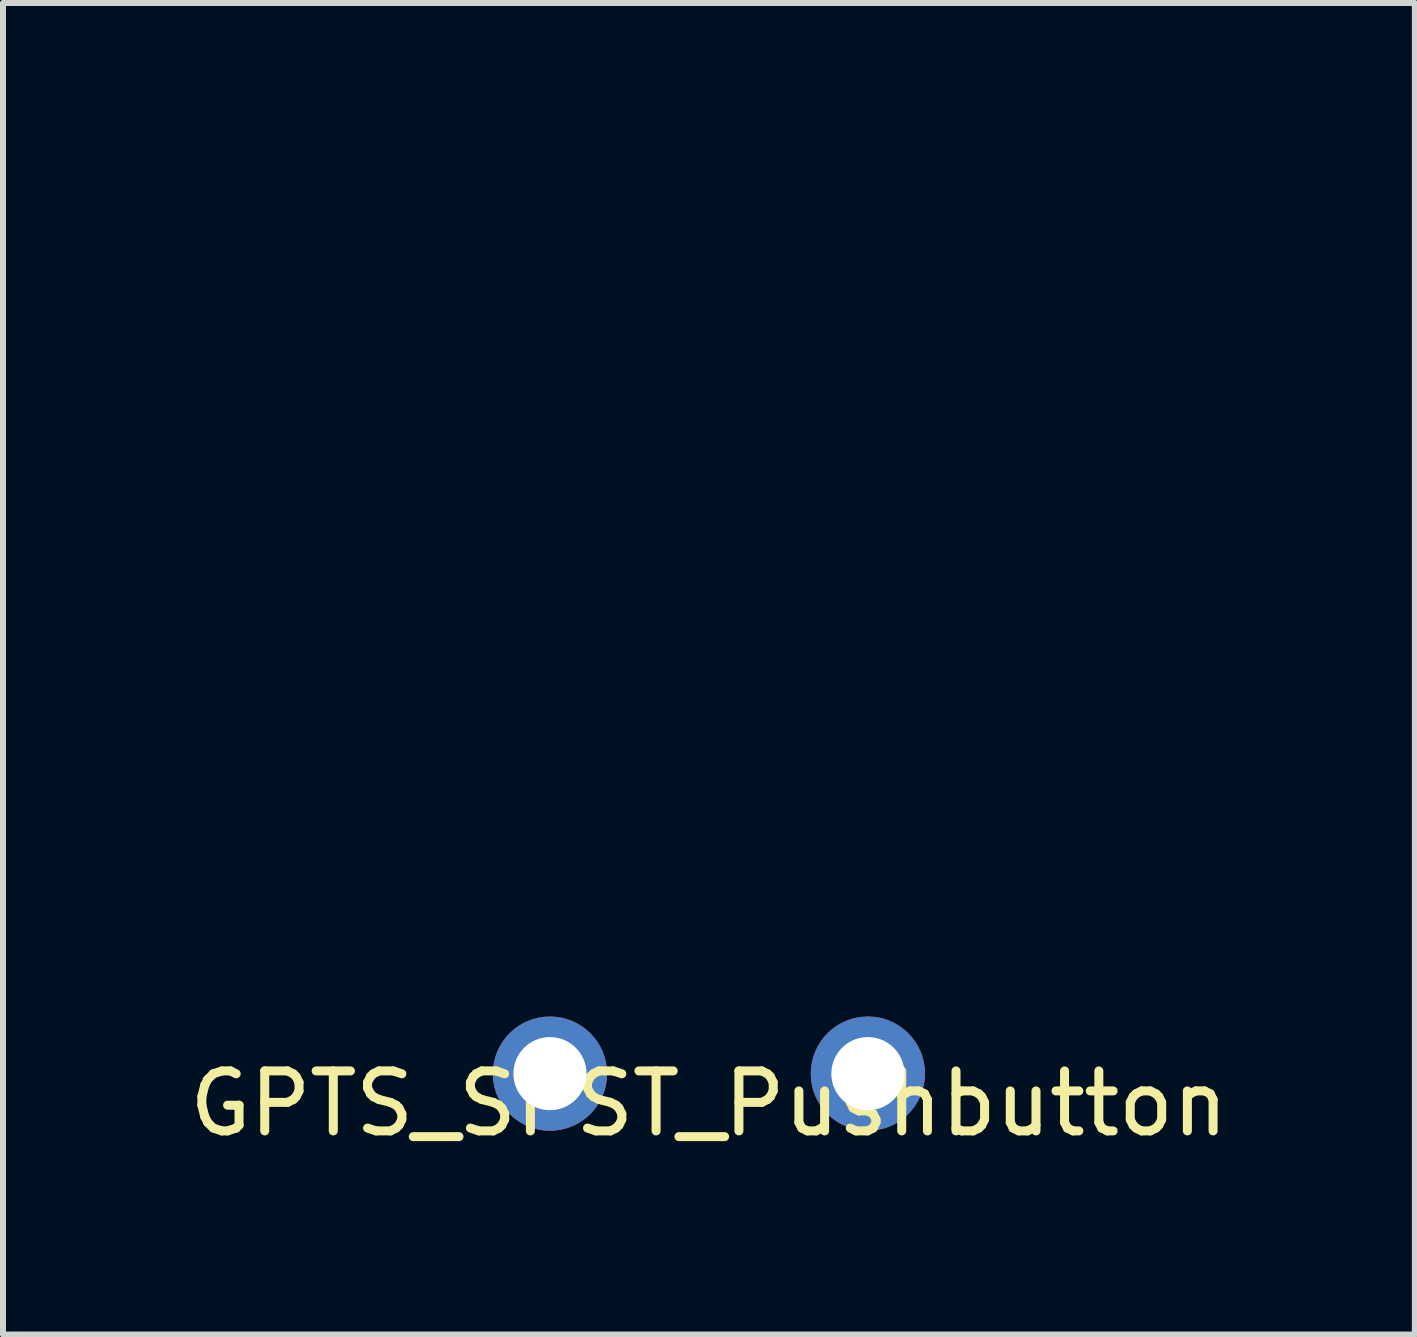
<source format=kicad_pcb>
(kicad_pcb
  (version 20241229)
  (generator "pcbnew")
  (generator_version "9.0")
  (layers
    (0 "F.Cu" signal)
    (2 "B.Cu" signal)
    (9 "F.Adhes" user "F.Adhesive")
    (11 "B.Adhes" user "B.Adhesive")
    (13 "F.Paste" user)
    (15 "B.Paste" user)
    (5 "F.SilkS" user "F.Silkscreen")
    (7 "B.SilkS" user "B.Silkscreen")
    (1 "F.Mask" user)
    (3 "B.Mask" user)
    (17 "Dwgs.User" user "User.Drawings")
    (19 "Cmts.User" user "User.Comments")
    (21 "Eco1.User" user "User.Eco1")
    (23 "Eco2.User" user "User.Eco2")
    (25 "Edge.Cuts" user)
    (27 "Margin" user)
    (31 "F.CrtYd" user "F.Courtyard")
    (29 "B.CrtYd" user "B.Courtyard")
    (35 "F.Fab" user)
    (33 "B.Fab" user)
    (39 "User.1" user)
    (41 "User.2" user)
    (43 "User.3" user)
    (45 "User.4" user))
  (footprint "GPTS_SPST_Pushbutton"
    (layer "F.Cu")
    (at 8.768 8.348)
    (property "Reference" "GPTS_SPST_Pushbutton" (at 0 7 0) (layer "F.SilkS") (effects (font (size 1 1) (thickness 0.15))))
    (attr through_hole)
    (fp_line (start -6 -6) (end 6 -6) (stroke (width 0.15) (type solid)) (layer "Eco2.User"))
    (fp_line (start -6 6) (end -6 -6) (stroke (width 0.15) (type solid)) (layer "Eco2.User"))
    (fp_line (start 6 -6) (end 6 6) (stroke (width 0.15) (type solid)) (layer "Eco2.User"))
    (fp_line (start 6 6) (end -6 6) (stroke (width 0.15) (type solid)) (layer "Eco2.User"))
    (fp_circle (center 0 0) (end 2.5 0) (stroke (width 0.15) (type solid)) (fill no) (layer "Eco2.User"))
    (fp_text user "DigiKey CW181-ND" (at 0 -7.5 0) (layer "Eco2.User") (effects (font (size 1 1) (thickness 0.15))))
    (pad "1" thru_hole circle (at -2.65 6.5) (size 1.905 1.905) (drill 1.219) (layers "*.Cu" "*.Mask"))
    (pad "2" thru_hole circle (at 2.65 6.5) (size 1.905 1.905) (drill 1.219) (layers "*.Cu" "*.Mask")))
  (gr_rect
    (start -3 -3)
    (end 20.536 19.197)
    (stroke (width 0.1) (type default))
    (fill no)
    (layer "Edge.Cuts")))
</source>
